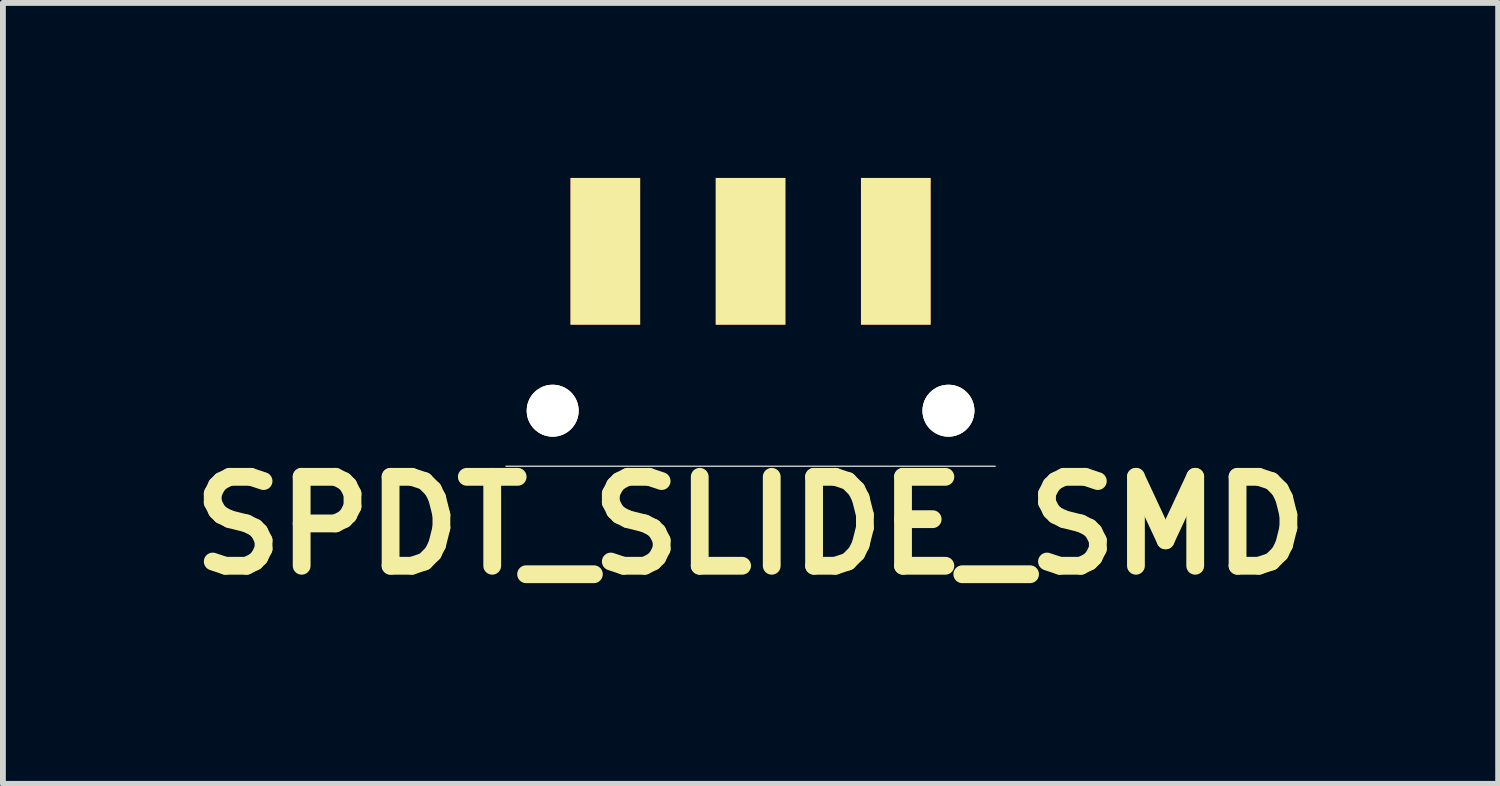
<source format=kicad_pcb>
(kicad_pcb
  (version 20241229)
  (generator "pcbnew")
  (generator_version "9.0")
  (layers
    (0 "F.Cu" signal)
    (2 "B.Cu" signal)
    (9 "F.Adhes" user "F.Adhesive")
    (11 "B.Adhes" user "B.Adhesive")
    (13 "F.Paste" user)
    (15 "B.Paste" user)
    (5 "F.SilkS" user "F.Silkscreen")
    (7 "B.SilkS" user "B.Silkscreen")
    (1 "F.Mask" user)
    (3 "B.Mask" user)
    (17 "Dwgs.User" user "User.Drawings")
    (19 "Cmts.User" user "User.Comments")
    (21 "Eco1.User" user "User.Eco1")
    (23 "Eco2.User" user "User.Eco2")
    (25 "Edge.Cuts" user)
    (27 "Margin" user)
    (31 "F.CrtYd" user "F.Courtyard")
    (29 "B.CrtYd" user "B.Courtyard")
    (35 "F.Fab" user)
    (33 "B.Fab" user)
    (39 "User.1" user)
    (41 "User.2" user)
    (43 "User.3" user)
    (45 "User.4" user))
  (footprint "SPDT_SLIDE_SMD"
    (layer "F.Cu")
    (at 9.812 1.257)
    (property "Reference" "SPDT_SLIDE_SMD" (at 0 4.699 0) (layer "F.SilkS") (effects (font (size 1.524 1.524) (thickness 0.305))))
    (attr through_hole)
    (fp_line (start -4.191 3.683) (end 4.191 3.683) (stroke (width 0.025) (type solid)) (layer "Dwgs.User"))
    (pad "1" smd rect (at -2.489 0) (size 1.194 2.515) (layers "F.Cu" "F.Mask" "F.SilkS" "F.Paste"))
    (pad "2" smd rect (at 0 0) (size 1.194 2.515) (layers "F.Cu" "F.Mask" "F.SilkS" "F.Paste"))
    (pad "3" smd rect (at 2.489 0) (size 1.194 2.515) (layers "F.Cu" "F.Mask" "F.SilkS" "F.Paste"))
    (pad "4" thru_hole circle (at -3.391 2.731) (size 0.889 0.889) (drill 0.889) (layers "*.Cu" "F.SilkS"))
    (pad "5" thru_hole circle (at 3.391 2.731) (size 0.889 0.889) (drill 0.889) (layers "*.Cu" "F.SilkS")))
  (gr_rect
    (start -3 -3)
    (end 22.623 10.383)
    (stroke (width 0.1) (type default))
    (fill no)
    (layer "Edge.Cuts")))
</source>
